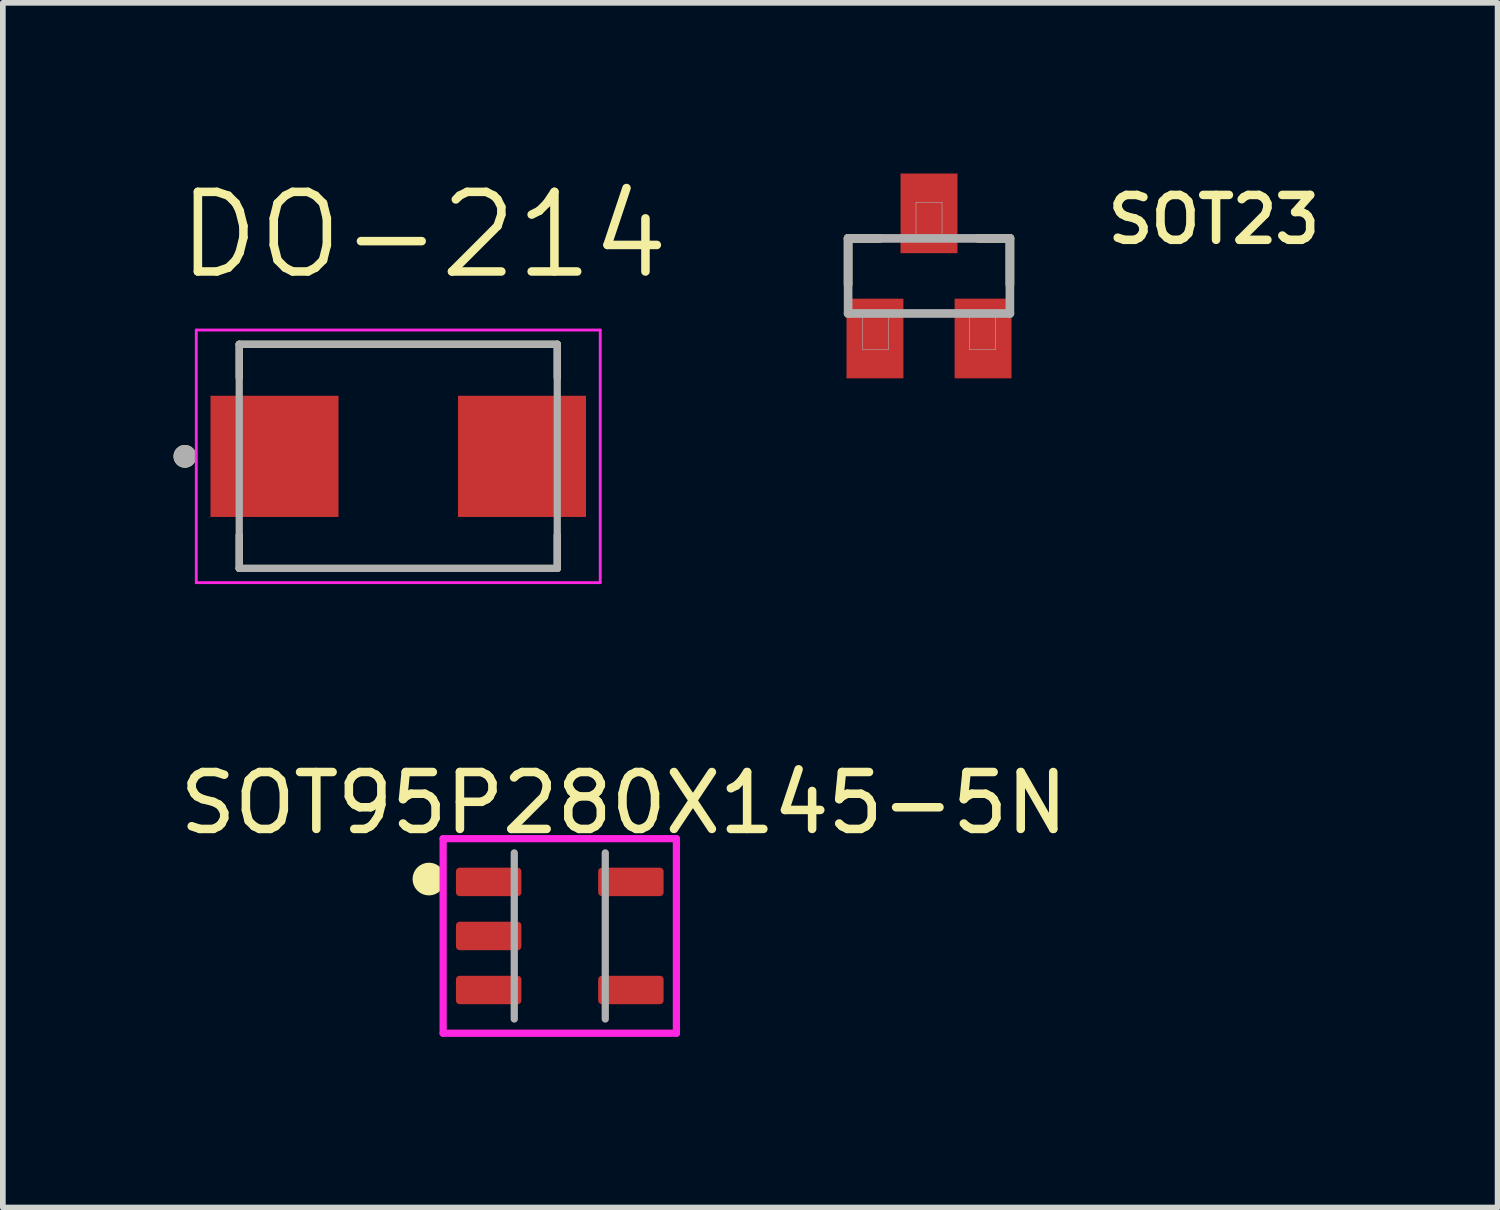
<source format=kicad_pcb>
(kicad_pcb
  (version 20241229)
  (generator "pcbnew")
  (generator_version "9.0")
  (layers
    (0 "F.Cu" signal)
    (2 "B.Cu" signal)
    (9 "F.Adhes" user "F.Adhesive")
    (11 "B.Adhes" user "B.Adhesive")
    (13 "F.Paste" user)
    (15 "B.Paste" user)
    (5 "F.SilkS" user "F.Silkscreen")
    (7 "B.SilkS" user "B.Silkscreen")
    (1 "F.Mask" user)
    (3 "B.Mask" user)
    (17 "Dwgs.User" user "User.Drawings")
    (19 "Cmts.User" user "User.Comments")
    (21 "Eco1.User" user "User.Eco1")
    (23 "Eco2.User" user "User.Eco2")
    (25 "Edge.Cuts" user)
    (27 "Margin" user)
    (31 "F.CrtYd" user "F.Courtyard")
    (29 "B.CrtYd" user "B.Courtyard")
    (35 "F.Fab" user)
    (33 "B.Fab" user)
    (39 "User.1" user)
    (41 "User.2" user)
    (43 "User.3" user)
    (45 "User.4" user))
  (footprint "DO-214"
    (layer "F.Cu")
    (at 3.95 4.971)
    (property "Reference" "DO-214" (at 0.445 -3.889 0) (layer "F.SilkS") (effects (font (size 1.4 1.4) (thickness 0.15))))
    (attr smd)
    (fp_line (start -2.795 -1.97) (end 2.795 -1.97) (stroke (width 0.127) (type solid)) (layer "F.SilkS"))
    (fp_line (start -2.795 -1.385) (end -2.795 -1.97) (stroke (width 0.127) (type solid)) (layer "F.SilkS"))
    (fp_line (start -2.795 1.97) (end -2.795 1.385) (stroke (width 0.127) (type solid)) (layer "F.SilkS"))
    (fp_line (start 2.795 -1.97) (end 2.795 -1.385) (stroke (width 0.127) (type solid)) (layer "F.SilkS"))
    (fp_line (start 2.795 1.385) (end 2.795 1.97) (stroke (width 0.127) (type solid)) (layer "F.SilkS"))
    (fp_line (start 2.795 1.97) (end -2.795 1.97) (stroke (width 0.127) (type solid)) (layer "F.SilkS"))
    (fp_circle (center -3.75 0) (end -3.65 0) (stroke (width 0.2) (type solid)) (fill no) (layer "F.SilkS"))
    (fp_line (start -3.55 -2.22) (end 3.55 -2.22) (stroke (width 0.05) (type solid)) (layer "F.CrtYd"))
    (fp_line (start -3.55 2.22) (end -3.55 -2.22) (stroke (width 0.05) (type solid)) (layer "F.CrtYd"))
    (fp_line (start 3.55 -2.22) (end 3.55 2.22) (stroke (width 0.05) (type solid)) (layer "F.CrtYd"))
    (fp_line (start 3.55 2.22) (end -3.55 2.22) (stroke (width 0.05) (type solid)) (layer "F.CrtYd"))
    (fp_line (start -2.795 -1.97) (end 2.795 -1.97) (stroke (width 0.127) (type solid)) (layer "F.Fab"))
    (fp_line (start -2.795 1.97) (end -2.795 -1.97) (stroke (width 0.127) (type solid)) (layer "F.Fab"))
    (fp_line (start 2.795 -1.97) (end 2.795 1.97) (stroke (width 0.127) (type solid)) (layer "F.Fab"))
    (fp_line (start 2.795 1.97) (end -2.795 1.97) (stroke (width 0.127) (type solid)) (layer "F.Fab"))
    (fp_circle (center -3.75 0) (end -3.65 0) (stroke (width 0.2) (type solid)) (fill no) (layer "F.Fab"))
    (pad "1" smd rect (at -2.175 0) (size 2.25 2.13) (layers "F.Cu" "F.Mask" "F.Paste"))
    (pad "2" smd rect (at 2.175 0 180) (size 2.25 2.13) (layers "F.Cu" "F.Mask" "F.Paste")))
  (footprint "SOT95P280X145-5N"
    (layer "F.Cu")
    (at 6.789 13.401)
    (property "Reference" "SOT95P280X145-5N" (at 1.126 -2.336 0) (layer "F.SilkS") (effects (font (size 1 1) (thickness 0.15))))
    (attr smd)
    (fp_circle (center -2.4 -1) (end -2.3 -1) (stroke (width 0.127) (type solid)) (fill no) (layer "F.SilkS"))
    (fp_circle (center -2.3 -1) (end -2.2 -1) (stroke (width 0.127) (type solid)) (fill no) (layer "F.SilkS"))
    (fp_circle (center -2.3 -1) (end -2.159 -1) (stroke (width 0.127) (type solid)) (fill no) (layer "F.SilkS"))
    (fp_circle (center -2.3 -1) (end -2.076 -1) (stroke (width 0.127) (type solid)) (fill no) (layer "F.SilkS"))
    (fp_line (start -2.05 -1.71) (end 2.05 -1.71) (stroke (width 0.127) (type solid)) (layer "F.CrtYd"))
    (fp_line (start -2.05 1.71) (end -2.05 -1.71) (stroke (width 0.127) (type solid)) (layer "F.CrtYd"))
    (fp_line (start 2.05 -1.71) (end 2.05 1.71) (stroke (width 0.127) (type solid)) (layer "F.CrtYd"))
    (fp_line (start 2.05 1.71) (end -2.05 1.71) (stroke (width 0.127) (type solid)) (layer "F.CrtYd"))
    (fp_line (start -0.8 1.46) (end -0.8 -1.46) (stroke (width 0.127) (type solid)) (layer "F.Fab"))
    (fp_line (start 0.8 -1.46) (end 0.8 1.46) (stroke (width 0.127) (type solid)) (layer "F.Fab"))
    (pad "1" smd roundrect (at -1.25 -0.95) (size 1.15 0.5) (layers "F.Cu" "F.Mask" "F.Paste") (roundrect_rratio 0.13))
    (pad "2" smd roundrect (at -1.25 0) (size 1.15 0.5) (layers "F.Cu" "F.Mask" "F.Paste") (roundrect_rratio 0.13))
    (pad "3" smd roundrect (at -1.25 0.95) (size 1.15 0.5) (layers "F.Cu" "F.Mask" "F.Paste") (roundrect_rratio 0.13))
    (pad "4" smd roundrect (at 1.25 0.95 180) (size 1.15 0.5) (layers "F.Cu" "F.Mask" "F.Paste") (roundrect_rratio 0.13))
    (pad "5" smd roundrect (at 1.25 -0.95 180) (size 1.15 0.5) (layers "F.Cu" "F.Mask" "F.Paste") (roundrect_rratio 0.13)))
  (footprint "SOT23"
    (layer "F.Cu")
    (at 13.279 1.8)
    (property "Reference" "SOT23" (at 5.008 -0.992 0) (layer "F.SilkS") (effects (font (size 0.789 0.789) (thickness 0.15))))
    (attr smd)
    (fp_line (start -1.422 -0.66) (end -0.864 -0.66) (stroke (width 0.152) (type solid)) (layer "F.SilkS"))
    (fp_line (start -1.422 0.152) (end -1.422 -0.66) (stroke (width 0.152) (type solid)) (layer "F.SilkS"))
    (fp_line (start 0.864 -0.66) (end 1.422 -0.66) (stroke (width 0.152) (type solid)) (layer "F.SilkS"))
    (fp_line (start 1.422 -0.66) (end 1.422 0.152) (stroke (width 0.152) (type solid)) (layer "F.SilkS"))
    (fp_line (start -1.422 -0.66) (end 1.422 -0.66) (stroke (width 0.152) (type solid)) (layer "F.Fab"))
    (fp_line (start -1.422 0.66) (end -1.422 -0.66) (stroke (width 0.152) (type solid)) (layer "F.Fab"))
    (fp_line (start 1.422 -0.66) (end 1.422 0.66) (stroke (width 0.152) (type solid)) (layer "F.Fab"))
    (fp_line (start 1.422 0.66) (end -1.422 0.66) (stroke (width 0.152) (type solid)) (layer "F.Fab"))
    (fp_poly (pts (xy -1.169 0.711) (xy -0.711 0.711) (xy -0.711 1.296) (xy -1.169 1.296)) (stroke (width 0.01) (type solid)) (fill no) (layer "F.Fab"))
    (fp_poly (pts (xy -0.229 -1.295) (xy 0.229 -1.295) (xy 0.229 -0.713) (xy -0.229 -0.713)) (stroke (width 0.01) (type solid)) (fill no) (layer "F.Fab"))
    (fp_poly (pts (xy 0.712 0.711) (xy 1.168 0.711) (xy 1.168 1.297) (xy 0.712 1.297)) (stroke (width 0.01) (type solid)) (fill no) (layer "F.Fab"))
    (pad "1" smd rect (at -0.95 1.1) (size 1 1.4) (layers "F.Cu" "F.Mask" "F.Paste"))
    (pad "2" smd rect (at 0.95 1.1) (size 1 1.4) (layers "F.Cu" "F.Mask" "F.Paste"))
    (pad "3" smd rect (at 0 -1.1) (size 1 1.4) (layers "F.Cu" "F.Mask" "F.Paste")))
  (gr_rect
    (start -3 -3)
    (end 23.273 18.174)
    (stroke (width 0.1) (type default))
    (fill no)
    (layer "Edge.Cuts")))
</source>
